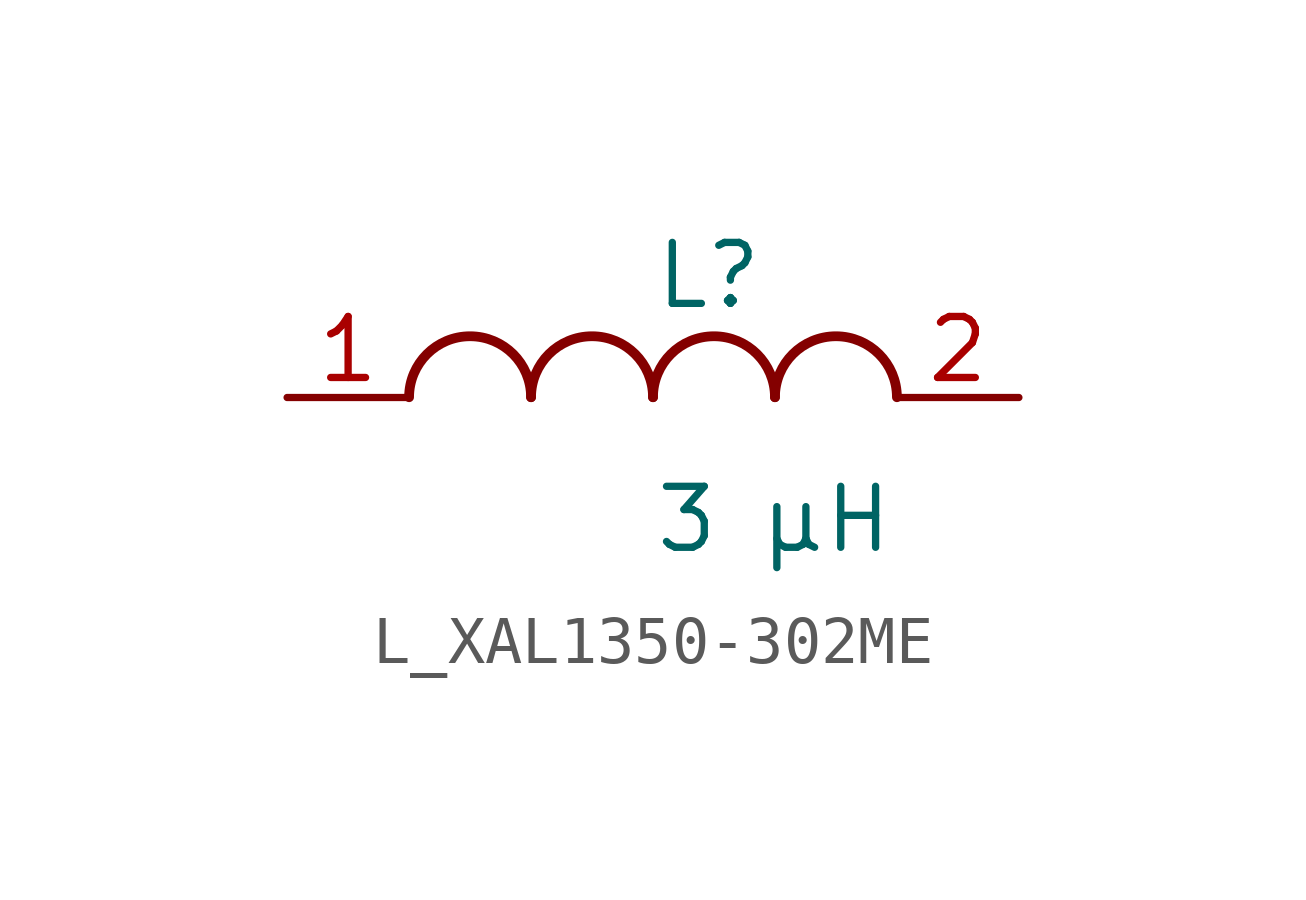
<source format=kicad_sym>
(kicad_symbol_lib
  (version 20231120)
  (generator kicad_symbol_editor)
  (generator_version 8.0)
  (symbol "L_XAL1350-302ME"
    (pin_names
      (offset 0.254))
    (property "Reference" "L"
      (at 0.0 2.54 0)
      (effects (font (size 1.27 1.27)) (justify left)))
    (property "Value" "3 µH"
      (at 0.0 -2.54 0)
      (effects (font (size 1.27 1.27)) (justify left)))
    (symbol "L_XAL1350-302ME_1_1"
      (arc (start -2.54 0.0056) (mid -3.81 1.27) (end -5.08 0.0056) (stroke (width 0.2032) (type default)) (fill (type none)))
      (arc (start 0 0.0056) (mid -1.27 1.27) (end -2.54 0.0056) (stroke (width 0.2032) (type default)) (fill (type none)))
      (arc (start 2.54 0.0056) (mid 1.27 1.27) (end 0 0.0056) (stroke (width 0.2032) (type default)) (fill (type none)))
      (arc (start 5.08 0.0056) (mid 3.81 1.27) (end 2.54 0.0056) (stroke (width 0.2032) (type default)) (fill (type none)))
      (pin unspecified line (at -7.62 0 0) (length 2.54) (name "" (effects (font (size 1.27 1.27)))) (number "1" (effects (font (size 1.27 1.27)))))
      (pin unspecified line (at 7.62 0 180) (length 2.54) (name "" (effects (font (size 1.27 1.27)))) (number "2" (effects (font (size 1.27 1.27))))))))
</source>
